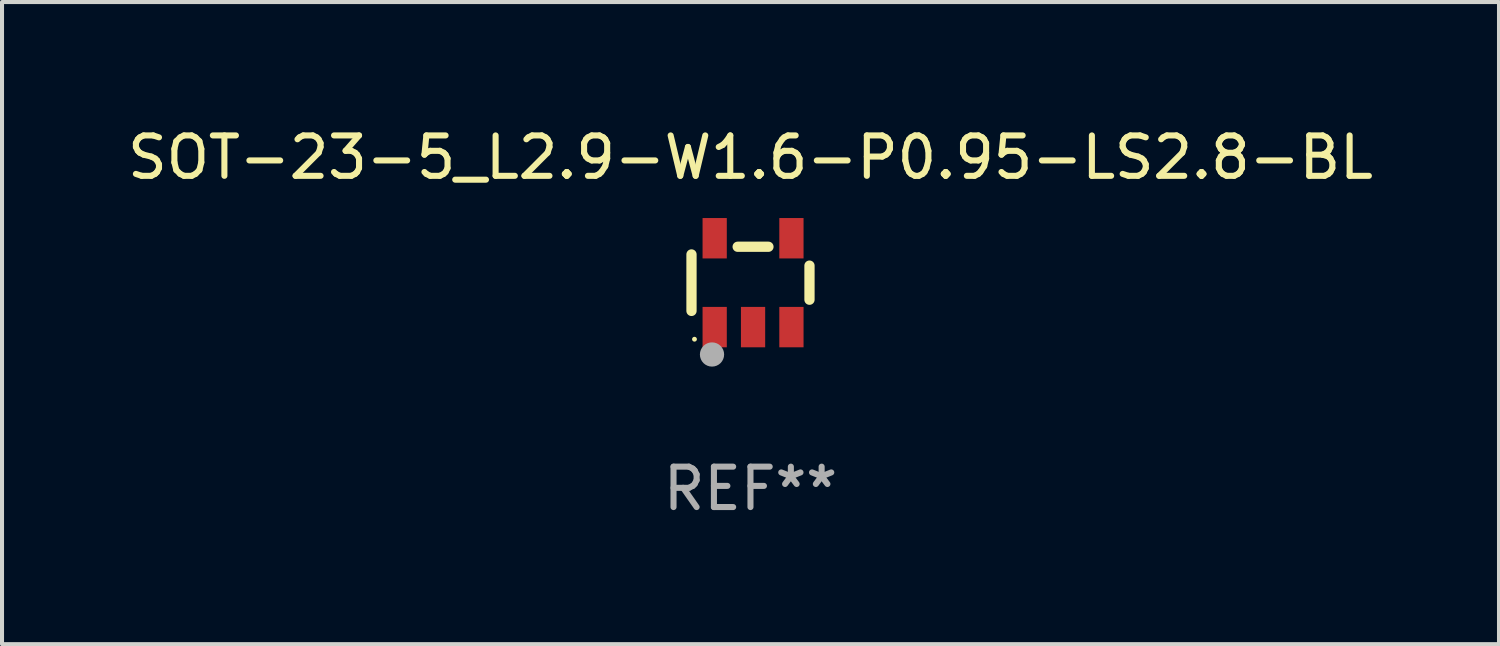
<source format=kicad_pcb>
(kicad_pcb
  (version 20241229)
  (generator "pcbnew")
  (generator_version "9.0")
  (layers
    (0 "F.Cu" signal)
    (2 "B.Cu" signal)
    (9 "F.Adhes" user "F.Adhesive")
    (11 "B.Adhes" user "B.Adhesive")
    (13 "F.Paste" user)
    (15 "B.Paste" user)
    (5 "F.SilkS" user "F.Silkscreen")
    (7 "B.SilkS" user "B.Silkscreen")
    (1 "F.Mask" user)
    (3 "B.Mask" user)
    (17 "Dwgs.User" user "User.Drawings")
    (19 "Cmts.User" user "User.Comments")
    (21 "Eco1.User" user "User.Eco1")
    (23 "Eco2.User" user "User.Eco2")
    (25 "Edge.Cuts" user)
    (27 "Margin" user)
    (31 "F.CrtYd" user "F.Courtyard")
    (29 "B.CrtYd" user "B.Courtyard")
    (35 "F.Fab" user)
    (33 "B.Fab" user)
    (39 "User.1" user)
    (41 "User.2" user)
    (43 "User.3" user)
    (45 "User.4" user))
  (footprint "SOT-23-5_L2.9-W1.6-P0.95-LS2.8-BL"
    (layer "F.Cu")
    (at 15.593 3.948)
    (property "Reference" "SOT-23-5_L2.9-W1.6-P0.95-LS2.8-BL" (at -0.064 -3.1 0) (layer "F.SilkS") (effects (font (size 1 1) (thickness 0.15))))
    (attr smd)
    (fp_line (start -1.524 -0.699) (end -1.524 0.699) (stroke (width 0.254) (type solid)) (layer "F.SilkS"))
    (fp_line (start -0.381 -0.889) (end 0.381 -0.889) (stroke (width 0.254) (type solid)) (layer "F.SilkS"))
    (fp_line (start 1.397 -0.422) (end 1.397 0.422) (stroke (width 0.254) (type solid)) (layer "F.SilkS"))
    (fp_circle (center -1.45 1.4) (end -1.42 1.4) (stroke (width 0.06) (type solid)) (fill no) (layer "F.SilkS"))
    (fp_circle (center -1.016 1.778) (end -0.866 1.778) (stroke (width 0.3) (type solid)) (fill no) (layer "F.Fab"))
    (fp_text user "REF**" (at -0.064 5.1 0) (layer "F.Fab") (effects (font (size 1 1) (thickness 0.15))))
    (pad "1" smd rect (at -0.95 1.1) (size 0.6 1) (layers "F.Cu" "F.Mask" "F.Paste"))
    (pad "2" smd rect (at 0 1.1) (size 0.6 1) (layers "F.Cu" "F.Mask" "F.Paste"))
    (pad "3" smd rect (at 0.95 1.1) (size 0.6 1) (layers "F.Cu" "F.Mask" "F.Paste"))
    (pad "4" smd rect (at 0.95 -1.1) (size 0.6 1) (layers "F.Cu" "F.Mask" "F.Paste"))
    (pad "5" smd rect (at -0.95 -1.1) (size 0.6 1) (layers "F.Cu" "F.Mask" "F.Paste")))
  (gr_rect
    (start -3 -3)
    (end 34.06 12.897)
    (stroke (width 0.1) (type default))
    (fill no)
    (layer "Edge.Cuts")))
</source>
